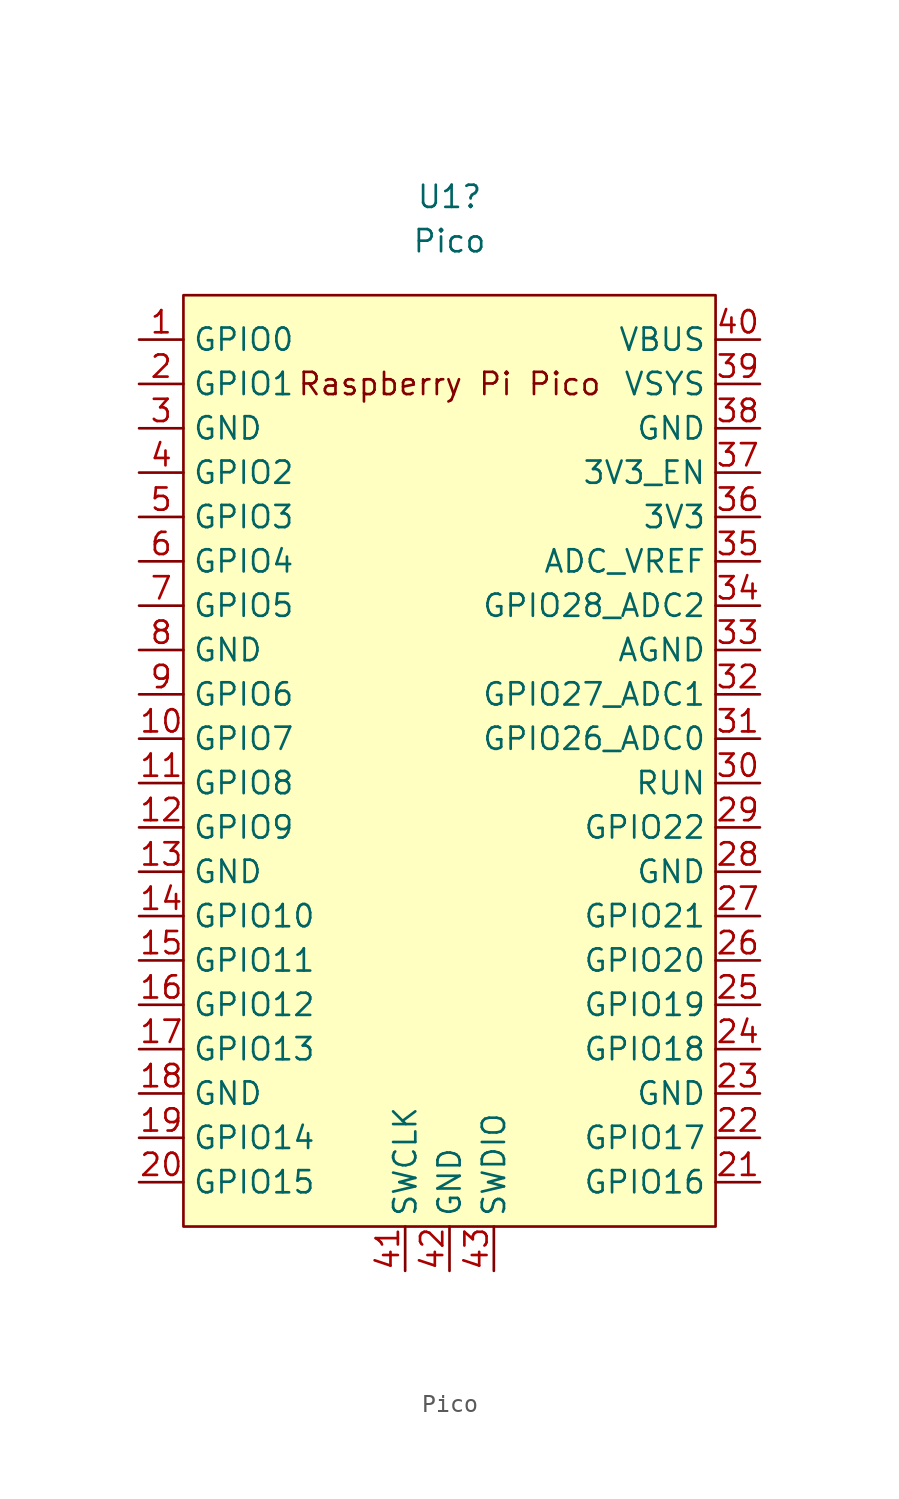
<source format=kicad_sym>
(kicad_symbol_lib
  (version 20211014)
  (generator kicad_symbol_editor)
  (symbol "Pico"
    (property "Reference" "U1"
      (at 0 32.309 0)
      (effects (font (size 1.27 1.27))))
    (property "Value" "Pico"
      (at 0 29.769 0)
      (effects (font (size 1.27 1.27))))
    (symbol "Pico_0_0"
      (text "Raspberry Pi Pico" (at 0 21.59 0) (effects (font (size 1.27 1.27)))))
    (symbol "Pico_0_1"
      (rectangle (start -15.24 26.67) (end 15.24 -26.67) (stroke (width 0) (type default) (color 0 0 0 0)) (fill (type background))))
    (symbol "Pico_1_1"
      (pin bidirectional line (at -17.78 24.13 0) (length 2.54) (name "GPIO0" (effects (font (size 1.27 1.27)))) (number "1" (effects (font (size 1.27 1.27)))))
      (pin bidirectional line (at -17.78 1.27 0) (length 2.54) (name "GPIO7" (effects (font (size 1.27 1.27)))) (number "10" (effects (font (size 1.27 1.27)))))
      (pin bidirectional line (at -17.78 -1.27 0) (length 2.54) (name "GPIO8" (effects (font (size 1.27 1.27)))) (number "11" (effects (font (size 1.27 1.27)))))
      (pin bidirectional line (at -17.78 -3.81 0) (length 2.54) (name "GPIO9" (effects (font (size 1.27 1.27)))) (number "12" (effects (font (size 1.27 1.27)))))
      (pin power_in line (at -17.78 -6.35 0) (length 2.54) (name "GND" (effects (font (size 1.27 1.27)))) (number "13" (effects (font (size 1.27 1.27)))))
      (pin bidirectional line (at -17.78 -8.89 0) (length 2.54) (name "GPIO10" (effects (font (size 1.27 1.27)))) (number "14" (effects (font (size 1.27 1.27)))))
      (pin bidirectional line (at -17.78 -11.43 0) (length 2.54) (name "GPIO11" (effects (font (size 1.27 1.27)))) (number "15" (effects (font (size 1.27 1.27)))))
      (pin bidirectional line (at -17.78 -13.97 0) (length 2.54) (name "GPIO12" (effects (font (size 1.27 1.27)))) (number "16" (effects (font (size 1.27 1.27)))))
      (pin bidirectional line (at -17.78 -16.51 0) (length 2.54) (name "GPIO13" (effects (font (size 1.27 1.27)))) (number "17" (effects (font (size 1.27 1.27)))))
      (pin power_in line (at -17.78 -19.05 0) (length 2.54) (name "GND" (effects (font (size 1.27 1.27)))) (number "18" (effects (font (size 1.27 1.27)))))
      (pin bidirectional line (at -17.78 -21.59 0) (length 2.54) (name "GPIO14" (effects (font (size 1.27 1.27)))) (number "19" (effects (font (size 1.27 1.27)))))
      (pin bidirectional line (at -17.78 21.59 0) (length 2.54) (name "GPIO1" (effects (font (size 1.27 1.27)))) (number "2" (effects (font (size 1.27 1.27)))))
      (pin bidirectional line (at -17.78 -24.13 0) (length 2.54) (name "GPIO15" (effects (font (size 1.27 1.27)))) (number "20" (effects (font (size 1.27 1.27)))))
      (pin bidirectional line (at 17.78 -24.13 180) (length 2.54) (name "GPIO16" (effects (font (size 1.27 1.27)))) (number "21" (effects (font (size 1.27 1.27)))))
      (pin bidirectional line (at 17.78 -21.59 180) (length 2.54) (name "GPIO17" (effects (font (size 1.27 1.27)))) (number "22" (effects (font (size 1.27 1.27)))))
      (pin power_in line (at 17.78 -19.05 180) (length 2.54) (name "GND" (effects (font (size 1.27 1.27)))) (number "23" (effects (font (size 1.27 1.27)))))
      (pin bidirectional line (at 17.78 -16.51 180) (length 2.54) (name "GPIO18" (effects (font (size 1.27 1.27)))) (number "24" (effects (font (size 1.27 1.27)))))
      (pin bidirectional line (at 17.78 -13.97 180) (length 2.54) (name "GPIO19" (effects (font (size 1.27 1.27)))) (number "25" (effects (font (size 1.27 1.27)))))
      (pin bidirectional line (at 17.78 -11.43 180) (length 2.54) (name "GPIO20" (effects (font (size 1.27 1.27)))) (number "26" (effects (font (size 1.27 1.27)))))
      (pin bidirectional line (at 17.78 -8.89 180) (length 2.54) (name "GPIO21" (effects (font (size 1.27 1.27)))) (number "27" (effects (font (size 1.27 1.27)))))
      (pin power_in line (at 17.78 -6.35 180) (length 2.54) (name "GND" (effects (font (size 1.27 1.27)))) (number "28" (effects (font (size 1.27 1.27)))))
      (pin bidirectional line (at 17.78 -3.81 180) (length 2.54) (name "GPIO22" (effects (font (size 1.27 1.27)))) (number "29" (effects (font (size 1.27 1.27)))))
      (pin power_in line (at -17.78 19.05 0) (length 2.54) (name "GND" (effects (font (size 1.27 1.27)))) (number "3" (effects (font (size 1.27 1.27)))))
      (pin input line (at 17.78 -1.27 180) (length 2.54) (name "RUN" (effects (font (size 1.27 1.27)))) (number "30" (effects (font (size 1.27 1.27)))))
      (pin bidirectional line (at 17.78 1.27 180) (length 2.54) (name "GPIO26_ADC0" (effects (font (size 1.27 1.27)))) (number "31" (effects (font (size 1.27 1.27)))))
      (pin bidirectional line (at 17.78 3.81 180) (length 2.54) (name "GPIO27_ADC1" (effects (font (size 1.27 1.27)))) (number "32" (effects (font (size 1.27 1.27)))))
      (pin power_in line (at 17.78 6.35 180) (length 2.54) (name "AGND" (effects (font (size 1.27 1.27)))) (number "33" (effects (font (size 1.27 1.27)))))
      (pin bidirectional line (at 17.78 8.89 180) (length 2.54) (name "GPIO28_ADC2" (effects (font (size 1.27 1.27)))) (number "34" (effects (font (size 1.27 1.27)))))
      (pin power_in line (at 17.78 11.43 180) (length 2.54) (name "ADC_VREF" (effects (font (size 1.27 1.27)))) (number "35" (effects (font (size 1.27 1.27)))))
      (pin power_in line (at 17.78 13.97 180) (length 2.54) (name "3V3" (effects (font (size 1.27 1.27)))) (number "36" (effects (font (size 1.27 1.27)))))
      (pin input line (at 17.78 16.51 180) (length 2.54) (name "3V3_EN" (effects (font (size 1.27 1.27)))) (number "37" (effects (font (size 1.27 1.27)))))
      (pin power_in line (at 17.78 19.05 180) (length 2.54) (name "GND" (effects (font (size 1.27 1.27)))) (number "38" (effects (font (size 1.27 1.27)))))
      (pin power_in line (at 17.78 21.59 180) (length 2.54) (name "VSYS" (effects (font (size 1.27 1.27)))) (number "39" (effects (font (size 1.27 1.27)))))
      (pin bidirectional line (at -17.78 16.51 0) (length 2.54) (name "GPIO2" (effects (font (size 1.27 1.27)))) (number "4" (effects (font (size 1.27 1.27)))))
      (pin power_in line (at 17.78 24.13 180) (length 2.54) (name "VBUS" (effects (font (size 1.27 1.27)))) (number "40" (effects (font (size 1.27 1.27)))))
      (pin input line (at -2.54 -29.21 90) (length 2.54) (name "SWCLK" (effects (font (size 1.27 1.27)))) (number "41" (effects (font (size 1.27 1.27)))))
      (pin power_in line (at 0 -29.21 90) (length 2.54) (name "GND" (effects (font (size 1.27 1.27)))) (number "42" (effects (font (size 1.27 1.27)))))
      (pin bidirectional line (at 2.54 -29.21 90) (length 2.54) (name "SWDIO" (effects (font (size 1.27 1.27)))) (number "43" (effects (font (size 1.27 1.27)))))
      (pin bidirectional line (at -17.78 13.97 0) (length 2.54) (name "GPIO3" (effects (font (size 1.27 1.27)))) (number "5" (effects (font (size 1.27 1.27)))))
      (pin bidirectional line (at -17.78 11.43 0) (length 2.54) (name "GPIO4" (effects (font (size 1.27 1.27)))) (number "6" (effects (font (size 1.27 1.27)))))
      (pin bidirectional line (at -17.78 8.89 0) (length 2.54) (name "GPIO5" (effects (font (size 1.27 1.27)))) (number "7" (effects (font (size 1.27 1.27)))))
      (pin power_in line (at -17.78 6.35 0) (length 2.54) (name "GND" (effects (font (size 1.27 1.27)))) (number "8" (effects (font (size 1.27 1.27)))))
      (pin bidirectional line (at -17.78 3.81 0) (length 2.54) (name "GPIO6" (effects (font (size 1.27 1.27)))) (number "9" (effects (font (size 1.27 1.27))))))))
</source>
